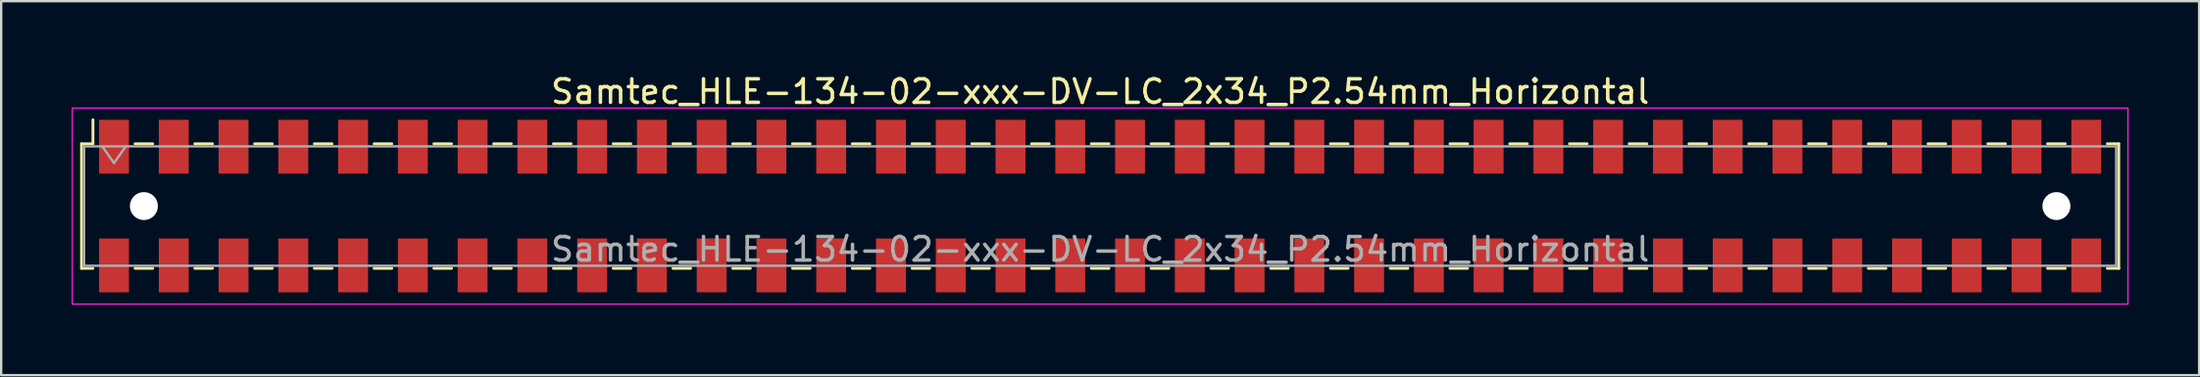
<source format=kicad_pcb>
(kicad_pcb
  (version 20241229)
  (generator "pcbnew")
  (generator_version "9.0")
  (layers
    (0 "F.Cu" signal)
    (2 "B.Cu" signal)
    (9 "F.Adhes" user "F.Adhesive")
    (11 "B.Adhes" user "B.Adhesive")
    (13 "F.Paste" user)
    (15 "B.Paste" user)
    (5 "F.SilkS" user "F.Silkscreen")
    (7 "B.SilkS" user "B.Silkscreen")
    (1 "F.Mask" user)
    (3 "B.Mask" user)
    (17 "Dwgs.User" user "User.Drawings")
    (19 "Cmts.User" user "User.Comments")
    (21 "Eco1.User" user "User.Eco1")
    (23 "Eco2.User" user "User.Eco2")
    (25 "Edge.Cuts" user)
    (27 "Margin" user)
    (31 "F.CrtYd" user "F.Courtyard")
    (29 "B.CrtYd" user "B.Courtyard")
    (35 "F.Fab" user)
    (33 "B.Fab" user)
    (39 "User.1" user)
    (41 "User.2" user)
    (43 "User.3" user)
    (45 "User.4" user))
  (footprint "Samtec_HLE-134-02-xxx-DV-LC_2x34_P2.54mm_Horizontal"
    (layer "F.Cu")
    (at 43.705 5.718)
    (property "Reference" "Samtec_HLE-134-02-xxx-DV-LC_2x34_P2.54mm_Horizontal" (at 0 -4.87 0) (layer "F.SilkS") (effects (font (size 1 1) (thickness 0.15))))
    (attr smd)
    (fp_line (start -43.29 -2.65) (end -43.29 2.65) (stroke (width 0.12) (type solid)) (layer "F.SilkS"))
    (fp_line (start -43.29 2.65) (end -42.805 2.65) (stroke (width 0.12) (type solid)) (layer "F.SilkS"))
    (fp_line (start -42.805 -3.67) (end -42.805 -2.65) (stroke (width 0.12) (type solid)) (layer "F.SilkS"))
    (fp_line (start -42.805 -2.65) (end -43.29 -2.65) (stroke (width 0.12) (type solid)) (layer "F.SilkS"))
    (fp_line (start -41.015 -2.65) (end -40.265 -2.65) (stroke (width 0.12) (type solid)) (layer "F.SilkS"))
    (fp_line (start -41.015 2.65) (end -40.265 2.65) (stroke (width 0.12) (type solid)) (layer "F.SilkS"))
    (fp_line (start -38.475 -2.65) (end -37.725 -2.65) (stroke (width 0.12) (type solid)) (layer "F.SilkS"))
    (fp_line (start -38.475 2.65) (end -37.725 2.65) (stroke (width 0.12) (type solid)) (layer "F.SilkS"))
    (fp_line (start -35.935 -2.65) (end -35.185 -2.65) (stroke (width 0.12) (type solid)) (layer "F.SilkS"))
    (fp_line (start -35.935 2.65) (end -35.185 2.65) (stroke (width 0.12) (type solid)) (layer "F.SilkS"))
    (fp_line (start -33.395 -2.65) (end -32.645 -2.65) (stroke (width 0.12) (type solid)) (layer "F.SilkS"))
    (fp_line (start -33.395 2.65) (end -32.645 2.65) (stroke (width 0.12) (type solid)) (layer "F.SilkS"))
    (fp_line (start -30.855 -2.65) (end -30.105 -2.65) (stroke (width 0.12) (type solid)) (layer "F.SilkS"))
    (fp_line (start -30.855 2.65) (end -30.105 2.65) (stroke (width 0.12) (type solid)) (layer "F.SilkS"))
    (fp_line (start -28.315 -2.65) (end -27.565 -2.65) (stroke (width 0.12) (type solid)) (layer "F.SilkS"))
    (fp_line (start -28.315 2.65) (end -27.565 2.65) (stroke (width 0.12) (type solid)) (layer "F.SilkS"))
    (fp_line (start -25.775 -2.65) (end -25.025 -2.65) (stroke (width 0.12) (type solid)) (layer "F.SilkS"))
    (fp_line (start -25.775 2.65) (end -25.025 2.65) (stroke (width 0.12) (type solid)) (layer "F.SilkS"))
    (fp_line (start -23.235 -2.65) (end -22.485 -2.65) (stroke (width 0.12) (type solid)) (layer "F.SilkS"))
    (fp_line (start -23.235 2.65) (end -22.485 2.65) (stroke (width 0.12) (type solid)) (layer "F.SilkS"))
    (fp_line (start -20.695 -2.65) (end -19.945 -2.65) (stroke (width 0.12) (type solid)) (layer "F.SilkS"))
    (fp_line (start -20.695 2.65) (end -19.945 2.65) (stroke (width 0.12) (type solid)) (layer "F.SilkS"))
    (fp_line (start -18.155 -2.65) (end -17.405 -2.65) (stroke (width 0.12) (type solid)) (layer "F.SilkS"))
    (fp_line (start -18.155 2.65) (end -17.405 2.65) (stroke (width 0.12) (type solid)) (layer "F.SilkS"))
    (fp_line (start -15.615 -2.65) (end -14.865 -2.65) (stroke (width 0.12) (type solid)) (layer "F.SilkS"))
    (fp_line (start -15.615 2.65) (end -14.865 2.65) (stroke (width 0.12) (type solid)) (layer "F.SilkS"))
    (fp_line (start -13.075 -2.65) (end -12.325 -2.65) (stroke (width 0.12) (type solid)) (layer "F.SilkS"))
    (fp_line (start -13.075 2.65) (end -12.325 2.65) (stroke (width 0.12) (type solid)) (layer "F.SilkS"))
    (fp_line (start -10.535 -2.65) (end -9.785 -2.65) (stroke (width 0.12) (type solid)) (layer "F.SilkS"))
    (fp_line (start -10.535 2.65) (end -9.785 2.65) (stroke (width 0.12) (type solid)) (layer "F.SilkS"))
    (fp_line (start -7.995 -2.65) (end -7.245 -2.65) (stroke (width 0.12) (type solid)) (layer "F.SilkS"))
    (fp_line (start -7.995 2.65) (end -7.245 2.65) (stroke (width 0.12) (type solid)) (layer "F.SilkS"))
    (fp_line (start -5.455 -2.65) (end -4.705 -2.65) (stroke (width 0.12) (type solid)) (layer "F.SilkS"))
    (fp_line (start -5.455 2.65) (end -4.705 2.65) (stroke (width 0.12) (type solid)) (layer "F.SilkS"))
    (fp_line (start -2.915 -2.65) (end -2.165 -2.65) (stroke (width 0.12) (type solid)) (layer "F.SilkS"))
    (fp_line (start -2.915 2.65) (end -2.165 2.65) (stroke (width 0.12) (type solid)) (layer "F.SilkS"))
    (fp_line (start -0.375 -2.65) (end 0.375 -2.65) (stroke (width 0.12) (type solid)) (layer "F.SilkS"))
    (fp_line (start -0.375 2.65) (end 0.375 2.65) (stroke (width 0.12) (type solid)) (layer "F.SilkS"))
    (fp_line (start 2.165 -2.65) (end 2.915 -2.65) (stroke (width 0.12) (type solid)) (layer "F.SilkS"))
    (fp_line (start 2.165 2.65) (end 2.915 2.65) (stroke (width 0.12) (type solid)) (layer "F.SilkS"))
    (fp_line (start 4.705 -2.65) (end 5.455 -2.65) (stroke (width 0.12) (type solid)) (layer "F.SilkS"))
    (fp_line (start 4.705 2.65) (end 5.455 2.65) (stroke (width 0.12) (type solid)) (layer "F.SilkS"))
    (fp_line (start 7.245 -2.65) (end 7.995 -2.65) (stroke (width 0.12) (type solid)) (layer "F.SilkS"))
    (fp_line (start 7.245 2.65) (end 7.995 2.65) (stroke (width 0.12) (type solid)) (layer "F.SilkS"))
    (fp_line (start 9.785 -2.65) (end 10.535 -2.65) (stroke (width 0.12) (type solid)) (layer "F.SilkS"))
    (fp_line (start 9.785 2.65) (end 10.535 2.65) (stroke (width 0.12) (type solid)) (layer "F.SilkS"))
    (fp_line (start 12.325 -2.65) (end 13.075 -2.65) (stroke (width 0.12) (type solid)) (layer "F.SilkS"))
    (fp_line (start 12.325 2.65) (end 13.075 2.65) (stroke (width 0.12) (type solid)) (layer "F.SilkS"))
    (fp_line (start 14.865 -2.65) (end 15.615 -2.65) (stroke (width 0.12) (type solid)) (layer "F.SilkS"))
    (fp_line (start 14.865 2.65) (end 15.615 2.65) (stroke (width 0.12) (type solid)) (layer "F.SilkS"))
    (fp_line (start 17.405 -2.65) (end 18.155 -2.65) (stroke (width 0.12) (type solid)) (layer "F.SilkS"))
    (fp_line (start 17.405 2.65) (end 18.155 2.65) (stroke (width 0.12) (type solid)) (layer "F.SilkS"))
    (fp_line (start 19.945 -2.65) (end 20.695 -2.65) (stroke (width 0.12) (type solid)) (layer "F.SilkS"))
    (fp_line (start 19.945 2.65) (end 20.695 2.65) (stroke (width 0.12) (type solid)) (layer "F.SilkS"))
    (fp_line (start 22.485 -2.65) (end 23.235 -2.65) (stroke (width 0.12) (type solid)) (layer "F.SilkS"))
    (fp_line (start 22.485 2.65) (end 23.235 2.65) (stroke (width 0.12) (type solid)) (layer "F.SilkS"))
    (fp_line (start 25.025 -2.65) (end 25.775 -2.65) (stroke (width 0.12) (type solid)) (layer "F.SilkS"))
    (fp_line (start 25.025 2.65) (end 25.775 2.65) (stroke (width 0.12) (type solid)) (layer "F.SilkS"))
    (fp_line (start 27.565 -2.65) (end 28.315 -2.65) (stroke (width 0.12) (type solid)) (layer "F.SilkS"))
    (fp_line (start 27.565 2.65) (end 28.315 2.65) (stroke (width 0.12) (type solid)) (layer "F.SilkS"))
    (fp_line (start 30.105 -2.65) (end 30.855 -2.65) (stroke (width 0.12) (type solid)) (layer "F.SilkS"))
    (fp_line (start 30.105 2.65) (end 30.855 2.65) (stroke (width 0.12) (type solid)) (layer "F.SilkS"))
    (fp_line (start 32.645 -2.65) (end 33.395 -2.65) (stroke (width 0.12) (type solid)) (layer "F.SilkS"))
    (fp_line (start 32.645 2.65) (end 33.395 2.65) (stroke (width 0.12) (type solid)) (layer "F.SilkS"))
    (fp_line (start 35.185 -2.65) (end 35.935 -2.65) (stroke (width 0.12) (type solid)) (layer "F.SilkS"))
    (fp_line (start 35.185 2.65) (end 35.935 2.65) (stroke (width 0.12) (type solid)) (layer "F.SilkS"))
    (fp_line (start 37.725 -2.65) (end 38.475 -2.65) (stroke (width 0.12) (type solid)) (layer "F.SilkS"))
    (fp_line (start 37.725 2.65) (end 38.475 2.65) (stroke (width 0.12) (type solid)) (layer "F.SilkS"))
    (fp_line (start 40.265 -2.65) (end 41.015 -2.65) (stroke (width 0.12) (type solid)) (layer "F.SilkS"))
    (fp_line (start 40.265 2.65) (end 41.015 2.65) (stroke (width 0.12) (type solid)) (layer "F.SilkS"))
    (fp_line (start 42.805 -2.65) (end 43.29 -2.65) (stroke (width 0.12) (type solid)) (layer "F.SilkS"))
    (fp_line (start 43.29 -2.65) (end 43.29 2.65) (stroke (width 0.12) (type solid)) (layer "F.SilkS"))
    (fp_line (start 43.29 2.65) (end 42.805 2.65) (stroke (width 0.12) (type solid)) (layer "F.SilkS"))
    (fp_line (start -43.68 -4.17) (end 43.68 -4.17) (stroke (width 0.05) (type solid)) (layer "F.CrtYd"))
    (fp_line (start -43.68 4.17) (end -43.68 -4.17) (stroke (width 0.05) (type solid)) (layer "F.CrtYd"))
    (fp_line (start 43.68 -4.17) (end 43.68 4.17) (stroke (width 0.05) (type solid)) (layer "F.CrtYd"))
    (fp_line (start 43.68 4.17) (end -43.68 4.17) (stroke (width 0.05) (type solid)) (layer "F.CrtYd"))
    (fp_line (start -43.18 -2.54) (end 43.18 -2.54) (stroke (width 0.1) (type solid)) (layer "F.Fab"))
    (fp_line (start -43.18 2.54) (end -43.18 -2.54) (stroke (width 0.1) (type solid)) (layer "F.Fab"))
    (fp_line (start -42.41 -2.54) (end -41.91 -1.833) (stroke (width 0.1) (type solid)) (layer "F.Fab"))
    (fp_line (start -41.91 -1.833) (end -41.41 -2.54) (stroke (width 0.1) (type solid)) (layer "F.Fab"))
    (fp_line (start 43.18 -2.54) (end 43.18 2.54) (stroke (width 0.1) (type solid)) (layer "F.Fab"))
    (fp_line (start 43.18 2.54) (end -43.18 2.54) (stroke (width 0.1) (type solid)) (layer "F.Fab"))
    (fp_text user "${REFERENCE}" (at 0 1.84 0) (layer "F.Fab") (effects (font (size 1 1) (thickness 0.15))))
    (pad "" np_thru_hole circle (at -40.64 0) (size 1.19 1.19) (drill 1.19) (layers "*.Cu" "*.Mask"))
    (pad "" np_thru_hole circle (at 40.64 0) (size 1.19 1.19) (drill 1.19) (layers "*.Cu" "*.Mask"))
    (pad "1" smd rect (at -41.91 -2.525) (size 1.27 2.29) (layers "F.Cu" "F.Mask" "F.Paste"))
    (pad "2" smd rect (at -41.91 2.525) (size 1.27 2.29) (layers "F.Cu" "F.Mask" "F.Paste"))
    (pad "3" smd rect (at -39.37 -2.525) (size 1.27 2.29) (layers "F.Cu" "F.Mask" "F.Paste"))
    (pad "4" smd rect (at -39.37 2.525) (size 1.27 2.29) (layers "F.Cu" "F.Mask" "F.Paste"))
    (pad "5" smd rect (at -36.83 -2.525) (size 1.27 2.29) (layers "F.Cu" "F.Mask" "F.Paste"))
    (pad "6" smd rect (at -36.83 2.525) (size 1.27 2.29) (layers "F.Cu" "F.Mask" "F.Paste"))
    (pad "7" smd rect (at -34.29 -2.525) (size 1.27 2.29) (layers "F.Cu" "F.Mask" "F.Paste"))
    (pad "8" smd rect (at -34.29 2.525) (size 1.27 2.29) (layers "F.Cu" "F.Mask" "F.Paste"))
    (pad "9" smd rect (at -31.75 -2.525) (size 1.27 2.29) (layers "F.Cu" "F.Mask" "F.Paste"))
    (pad "10" smd rect (at -31.75 2.525) (size 1.27 2.29) (layers "F.Cu" "F.Mask" "F.Paste"))
    (pad "11" smd rect (at -29.21 -2.525) (size 1.27 2.29) (layers "F.Cu" "F.Mask" "F.Paste"))
    (pad "12" smd rect (at -29.21 2.525) (size 1.27 2.29) (layers "F.Cu" "F.Mask" "F.Paste"))
    (pad "13" smd rect (at -26.67 -2.525) (size 1.27 2.29) (layers "F.Cu" "F.Mask" "F.Paste"))
    (pad "14" smd rect (at -26.67 2.525) (size 1.27 2.29) (layers "F.Cu" "F.Mask" "F.Paste"))
    (pad "15" smd rect (at -24.13 -2.525) (size 1.27 2.29) (layers "F.Cu" "F.Mask" "F.Paste"))
    (pad "16" smd rect (at -24.13 2.525) (size 1.27 2.29) (layers "F.Cu" "F.Mask" "F.Paste"))
    (pad "17" smd rect (at -21.59 -2.525) (size 1.27 2.29) (layers "F.Cu" "F.Mask" "F.Paste"))
    (pad "18" smd rect (at -21.59 2.525) (size 1.27 2.29) (layers "F.Cu" "F.Mask" "F.Paste"))
    (pad "19" smd rect (at -19.05 -2.525) (size 1.27 2.29) (layers "F.Cu" "F.Mask" "F.Paste"))
    (pad "20" smd rect (at -19.05 2.525) (size 1.27 2.29) (layers "F.Cu" "F.Mask" "F.Paste"))
    (pad "21" smd rect (at -16.51 -2.525) (size 1.27 2.29) (layers "F.Cu" "F.Mask" "F.Paste"))
    (pad "22" smd rect (at -16.51 2.525) (size 1.27 2.29) (layers "F.Cu" "F.Mask" "F.Paste"))
    (pad "23" smd rect (at -13.97 -2.525) (size 1.27 2.29) (layers "F.Cu" "F.Mask" "F.Paste"))
    (pad "24" smd rect (at -13.97 2.525) (size 1.27 2.29) (layers "F.Cu" "F.Mask" "F.Paste"))
    (pad "25" smd rect (at -11.43 -2.525) (size 1.27 2.29) (layers "F.Cu" "F.Mask" "F.Paste"))
    (pad "26" smd rect (at -11.43 2.525) (size 1.27 2.29) (layers "F.Cu" "F.Mask" "F.Paste"))
    (pad "27" smd rect (at -8.89 -2.525) (size 1.27 2.29) (layers "F.Cu" "F.Mask" "F.Paste"))
    (pad "28" smd rect (at -8.89 2.525) (size 1.27 2.29) (layers "F.Cu" "F.Mask" "F.Paste"))
    (pad "29" smd rect (at -6.35 -2.525) (size 1.27 2.29) (layers "F.Cu" "F.Mask" "F.Paste"))
    (pad "30" smd rect (at -6.35 2.525) (size 1.27 2.29) (layers "F.Cu" "F.Mask" "F.Paste"))
    (pad "31" smd rect (at -3.81 -2.525) (size 1.27 2.29) (layers "F.Cu" "F.Mask" "F.Paste"))
    (pad "32" smd rect (at -3.81 2.525) (size 1.27 2.29) (layers "F.Cu" "F.Mask" "F.Paste"))
    (pad "33" smd rect (at -1.27 -2.525) (size 1.27 2.29) (layers "F.Cu" "F.Mask" "F.Paste"))
    (pad "34" smd rect (at -1.27 2.525) (size 1.27 2.29) (layers "F.Cu" "F.Mask" "F.Paste"))
    (pad "35" smd rect (at 1.27 -2.525) (size 1.27 2.29) (layers "F.Cu" "F.Mask" "F.Paste"))
    (pad "36" smd rect (at 1.27 2.525) (size 1.27 2.29) (layers "F.Cu" "F.Mask" "F.Paste"))
    (pad "37" smd rect (at 3.81 -2.525) (size 1.27 2.29) (layers "F.Cu" "F.Mask" "F.Paste"))
    (pad "38" smd rect (at 3.81 2.525) (size 1.27 2.29) (layers "F.Cu" "F.Mask" "F.Paste"))
    (pad "39" smd rect (at 6.35 -2.525) (size 1.27 2.29) (layers "F.Cu" "F.Mask" "F.Paste"))
    (pad "40" smd rect (at 6.35 2.525) (size 1.27 2.29) (layers "F.Cu" "F.Mask" "F.Paste"))
    (pad "41" smd rect (at 8.89 -2.525) (size 1.27 2.29) (layers "F.Cu" "F.Mask" "F.Paste"))
    (pad "42" smd rect (at 8.89 2.525) (size 1.27 2.29) (layers "F.Cu" "F.Mask" "F.Paste"))
    (pad "43" smd rect (at 11.43 -2.525) (size 1.27 2.29) (layers "F.Cu" "F.Mask" "F.Paste"))
    (pad "44" smd rect (at 11.43 2.525) (size 1.27 2.29) (layers "F.Cu" "F.Mask" "F.Paste"))
    (pad "45" smd rect (at 13.97 -2.525) (size 1.27 2.29) (layers "F.Cu" "F.Mask" "F.Paste"))
    (pad "46" smd rect (at 13.97 2.525) (size 1.27 2.29) (layers "F.Cu" "F.Mask" "F.Paste"))
    (pad "47" smd rect (at 16.51 -2.525) (size 1.27 2.29) (layers "F.Cu" "F.Mask" "F.Paste"))
    (pad "48" smd rect (at 16.51 2.525) (size 1.27 2.29) (layers "F.Cu" "F.Mask" "F.Paste"))
    (pad "49" smd rect (at 19.05 -2.525) (size 1.27 2.29) (layers "F.Cu" "F.Mask" "F.Paste"))
    (pad "50" smd rect (at 19.05 2.525) (size 1.27 2.29) (layers "F.Cu" "F.Mask" "F.Paste"))
    (pad "51" smd rect (at 21.59 -2.525) (size 1.27 2.29) (layers "F.Cu" "F.Mask" "F.Paste"))
    (pad "52" smd rect (at 21.59 2.525) (size 1.27 2.29) (layers "F.Cu" "F.Mask" "F.Paste"))
    (pad "53" smd rect (at 24.13 -2.525) (size 1.27 2.29) (layers "F.Cu" "F.Mask" "F.Paste"))
    (pad "54" smd rect (at 24.13 2.525) (size 1.27 2.29) (layers "F.Cu" "F.Mask" "F.Paste"))
    (pad "55" smd rect (at 26.67 -2.525) (size 1.27 2.29) (layers "F.Cu" "F.Mask" "F.Paste"))
    (pad "56" smd rect (at 26.67 2.525) (size 1.27 2.29) (layers "F.Cu" "F.Mask" "F.Paste"))
    (pad "57" smd rect (at 29.21 -2.525) (size 1.27 2.29) (layers "F.Cu" "F.Mask" "F.Paste"))
    (pad "58" smd rect (at 29.21 2.525) (size 1.27 2.29) (layers "F.Cu" "F.Mask" "F.Paste"))
    (pad "59" smd rect (at 31.75 -2.525) (size 1.27 2.29) (layers "F.Cu" "F.Mask" "F.Paste"))
    (pad "60" smd rect (at 31.75 2.525) (size 1.27 2.29) (layers "F.Cu" "F.Mask" "F.Paste"))
    (pad "61" smd rect (at 34.29 -2.525) (size 1.27 2.29) (layers "F.Cu" "F.Mask" "F.Paste"))
    (pad "62" smd rect (at 34.29 2.525) (size 1.27 2.29) (layers "F.Cu" "F.Mask" "F.Paste"))
    (pad "63" smd rect (at 36.83 -2.525) (size 1.27 2.29) (layers "F.Cu" "F.Mask" "F.Paste"))
    (pad "64" smd rect (at 36.83 2.525) (size 1.27 2.29) (layers "F.Cu" "F.Mask" "F.Paste"))
    (pad "65" smd rect (at 39.37 -2.525) (size 1.27 2.29) (layers "F.Cu" "F.Mask" "F.Paste"))
    (pad "66" smd rect (at 39.37 2.525) (size 1.27 2.29) (layers "F.Cu" "F.Mask" "F.Paste"))
    (pad "67" smd rect (at 41.91 -2.525) (size 1.27 2.29) (layers "F.Cu" "F.Mask" "F.Paste"))
    (pad "68" smd rect (at 41.91 2.525) (size 1.27 2.29) (layers "F.Cu" "F.Mask" "F.Paste")))
  (gr_rect
    (start -3 -3)
    (end 90.41 12.913)
    (stroke (width 0.1) (type default))
    (fill no)
    (layer "Edge.Cuts")))
</source>
